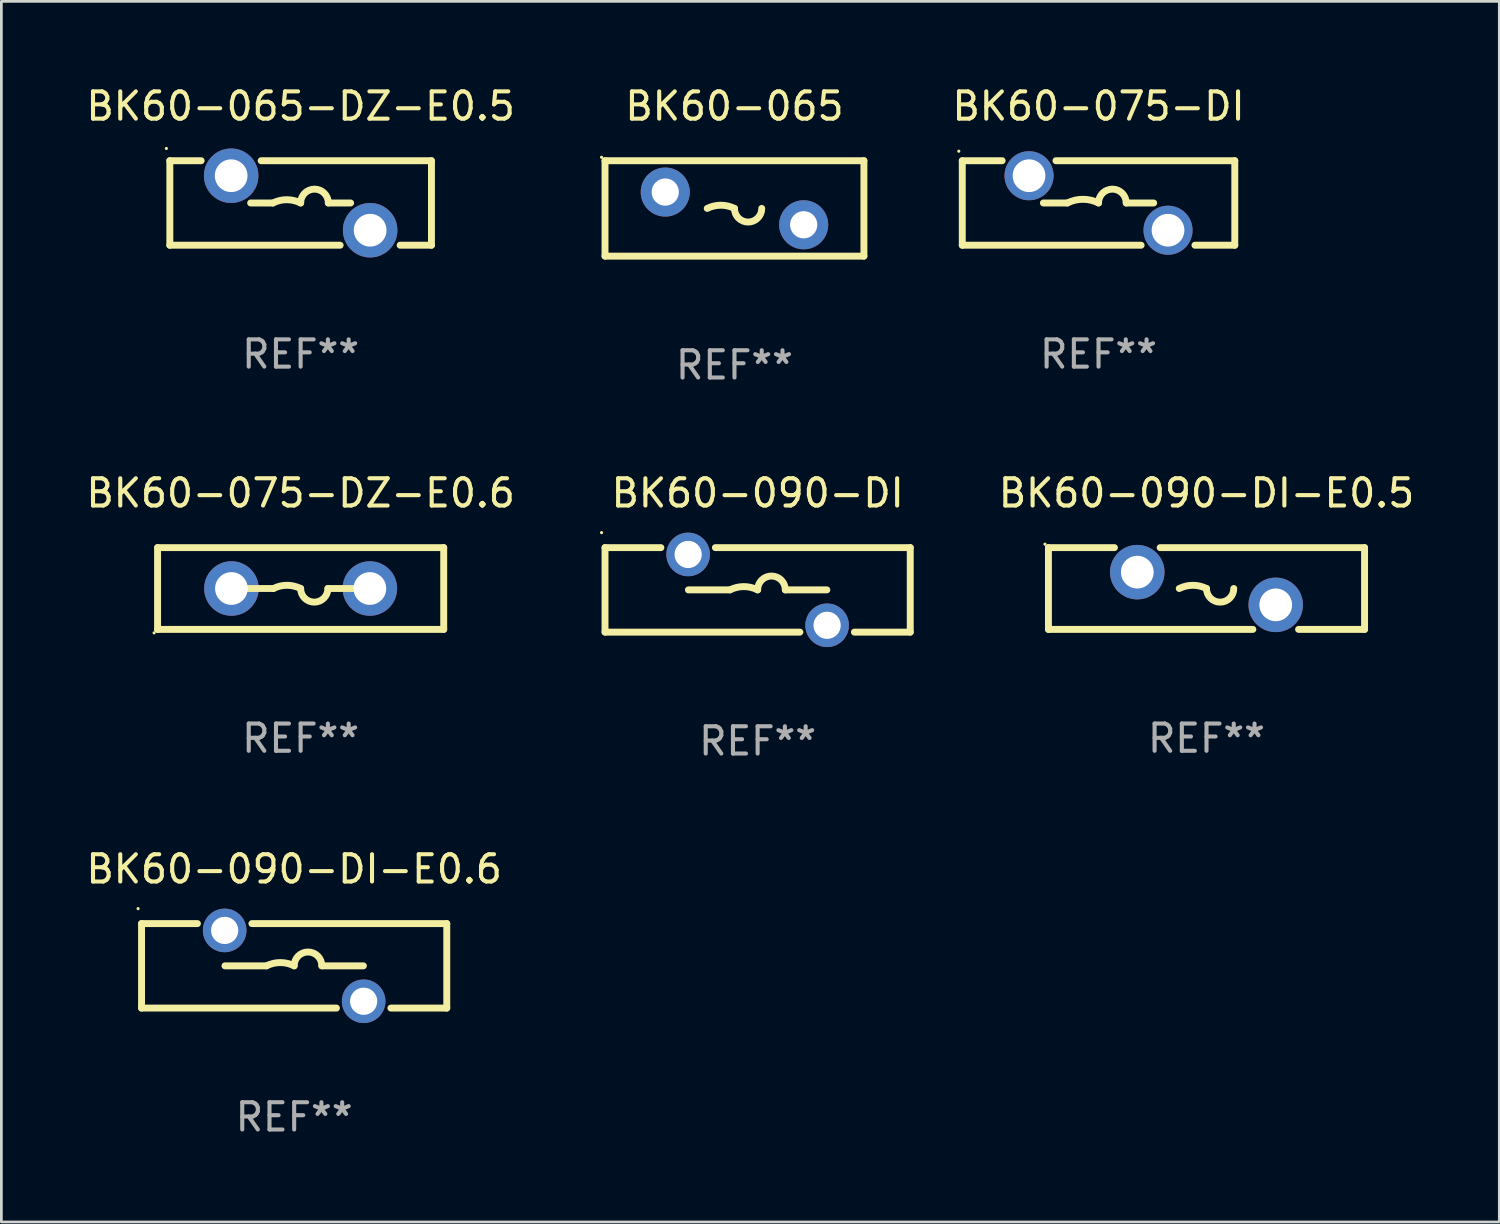
<source format=kicad_pcb>
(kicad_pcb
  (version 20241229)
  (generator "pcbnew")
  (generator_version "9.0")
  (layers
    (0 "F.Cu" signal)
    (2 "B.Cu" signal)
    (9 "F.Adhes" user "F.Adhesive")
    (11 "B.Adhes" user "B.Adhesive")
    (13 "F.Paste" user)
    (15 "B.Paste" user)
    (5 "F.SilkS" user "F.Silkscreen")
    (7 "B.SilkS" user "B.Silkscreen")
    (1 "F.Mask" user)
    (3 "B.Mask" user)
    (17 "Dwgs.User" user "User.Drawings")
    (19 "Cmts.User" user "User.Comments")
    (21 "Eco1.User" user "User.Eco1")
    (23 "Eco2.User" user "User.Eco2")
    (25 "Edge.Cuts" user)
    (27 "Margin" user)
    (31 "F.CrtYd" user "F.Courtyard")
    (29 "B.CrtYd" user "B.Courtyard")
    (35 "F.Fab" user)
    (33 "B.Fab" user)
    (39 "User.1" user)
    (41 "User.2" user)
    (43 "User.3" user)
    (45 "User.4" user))
  (footprint "BK60-090-DI-E0.6"
    (layer "F.Cu")
    (at 7.744 32.391)
    (property "Reference" "BK60-090-DI-E0.6" (at 0 -3.55 0) (layer "F.SilkS") (effects (font (size 1 1) (thickness 0.15))))
    (attr through_hole)
    (fp_line (start -5.6 -1.55) (end -3.55 -1.55) (stroke (width 0.254) (type solid)) (layer "F.SilkS"))
    (fp_line (start -5.6 1.55) (end -5.6 -1.55) (stroke (width 0.254) (type solid)) (layer "F.SilkS"))
    (fp_line (start -5.6 1.55) (end 1.55 1.55) (stroke (width 0.254) (type solid)) (layer "F.SilkS"))
    (fp_line (start -2.54 0) (end -1.016 0) (stroke (width 0.254) (type solid)) (layer "F.SilkS"))
    (fp_line (start -1.55 -1.55) (end 5.6 -1.55) (stroke (width 0.254) (type solid)) (layer "F.SilkS"))
    (fp_line (start 2.54 0) (end 1.016 0) (stroke (width 0.254) (type solid)) (layer "F.SilkS"))
    (fp_line (start 3.55 1.55) (end 5.6 1.55) (stroke (width 0.254) (type solid)) (layer "F.SilkS"))
    (fp_line (start 5.6 -1.55) (end 5.6 1.55) (stroke (width 0.254) (type solid)) (layer "F.SilkS"))
    (fp_arc (start -1.016002 0) (mid -0.508001 -0.119923) (end 0 0) (stroke (width 0.254001) (type solid)) (layer "F.SilkS"))
    (fp_arc (start 0 0) (mid 0.508001 -0.508001) (end 1.016002 0) (stroke (width 0.254001) (type solid)) (layer "F.SilkS"))
    (fp_circle (center -5.727 -2.1) (end -5.697 -2.1) (stroke (width 0.06) (type solid)) (fill no) (layer "F.SilkS"))
    (fp_text user "REF**" (at 0 5.55 0) (layer "F.Fab") (effects (font (size 1 1) (thickness 0.15))))
    (pad "1" thru_hole circle (at -2.55 -1.3) (size 1.6 1.6) (drill 1) (layers "*.Cu" "*.Mask"))
    (pad "2" thru_hole circle (at 2.55 1.3) (size 1.6 1.6) (drill 1) (layers "*.Cu" "*.Mask")))
  (footprint "BK60-090-DI-E0.5"
    (layer "F.Cu")
    (at 41.222 18.545)
    (property "Reference" "BK60-090-DI-E0.5" (at 0 -3.5 0) (layer "F.SilkS") (effects (font (size 1 1) (thickness 0.15))))
    (attr through_hole)
    (fp_line (start -5.8 -1.5) (end -5.8 1.5) (stroke (width 0.254) (type solid)) (layer "F.SilkS"))
    (fp_line (start -5.8 -1.5) (end -3.379 -1.5) (stroke (width 0.254) (type solid)) (layer "F.SilkS"))
    (fp_line (start -1.701 -1.5) (end 5.8 -1.5) (stroke (width 0.254) (type solid)) (layer "F.SilkS"))
    (fp_line (start 1.701 1.5) (end -5.8 1.5) (stroke (width 0.254) (type solid)) (layer "F.SilkS"))
    (fp_line (start 5.8 -1.5) (end 5.8 1.5) (stroke (width 0.254) (type solid)) (layer "F.SilkS"))
    (fp_line (start 5.8 1.5) (end 3.379 1.5) (stroke (width 0.254) (type solid)) (layer "F.SilkS"))
    (fp_arc (start -1 0) (mid -0.5 -0.118021) (end 0 0) (stroke (width 0.254001) (type solid)) (layer "F.SilkS"))
    (fp_arc (start 1.000762 0) (mid 0.500381 0.500127) (end 0 0) (stroke (width 0.254001) (type solid)) (layer "F.SilkS"))
    (fp_circle (center -5.927 -1.627) (end -5.897 -1.627) (stroke (width 0.06) (type solid)) (fill no) (layer "F.SilkS"))
    (fp_text user "REF**" (at 0 5.5 0) (layer "F.Fab") (effects (font (size 1 1) (thickness 0.15))))
    (pad "1" thru_hole circle (at -2.54 -0.6) (size 2 2) (drill 1.2) (layers "*.Cu" "*.Mask"))
    (pad "2" thru_hole circle (at 2.54 0.6) (size 2 2) (drill 1.2) (layers "*.Cu" "*.Mask")))
  (footprint "BK60-075-DZ-E0.6"
    (layer "F.Cu")
    (at 7.982 18.545)
    (property "Reference" "BK60-075-DZ-E0.6" (at 0 -3.5 0) (layer "F.SilkS") (effects (font (size 1 1) (thickness 0.15))))
    (attr through_hole)
    (fp_line (start -5.25 -1.5) (end 5.25 -1.5) (stroke (width 0.254) (type solid)) (layer "F.SilkS"))
    (fp_line (start -5.25 1.5) (end -5.25 -1.5) (stroke (width 0.254) (type solid)) (layer "F.SilkS"))
    (fp_line (start -1 -0.000127) (end -2 -0.000127) (stroke (width 0.254) (type solid)) (layer "F.SilkS"))
    (fp_line (start 1 -0.000127) (end 2 -0.000127) (stroke (width 0.254) (type solid)) (layer "F.SilkS"))
    (fp_line (start 5.25 -1.5) (end 5.25 1.5) (stroke (width 0.254) (type solid)) (layer "F.SilkS"))
    (fp_line (start 5.25 1.5) (end -5.25 1.5) (stroke (width 0.254) (type solid)) (layer "F.SilkS"))
    (fp_arc (start -1 -0.000127) (mid -0.5 -0.118148) (end 0 -0.000127) (stroke (width 0.254001) (type solid)) (layer "F.SilkS"))
    (fp_arc (start 1.000762 -0.000127) (mid 0.500381 0.5) (end 0 -0.000127) (stroke (width 0.254001) (type solid)) (layer "F.SilkS"))
    (fp_circle (center -5.377 1.627) (end -5.347 1.627) (stroke (width 0.06) (type solid)) (fill no) (layer "F.SilkS"))
    (fp_text user "REF**" (at 0 5.5 0) (layer "F.Fab") (effects (font (size 1 1) (thickness 0.15))))
    (pad "1" thru_hole circle (at -2.54 -0.000127) (size 2 2) (drill 1.2) (layers "*.Cu" "*.Mask"))
    (pad "2" thru_hole circle (at 2.54 -0.000127) (size 2 2) (drill 1.2) (layers "*.Cu" "*.Mask")))
  (footprint "BK60-065"
    (layer "F.Cu")
    (at 23.901 4.598)
    (property "Reference" "BK60-065" (at 0 -3.75 0) (layer "F.SilkS") (effects (font (size 1 1) (thickness 0.15))))
    (attr through_hole)
    (fp_line (start -4.75 -1.75) (end -4.75 1.75) (stroke (width 0.254) (type solid)) (layer "F.SilkS"))
    (fp_line (start -4.75 -1.75) (end 4.75 -1.75) (stroke (width 0.254) (type solid)) (layer "F.SilkS"))
    (fp_line (start 4.75 -1.75) (end 4.75 1.75) (stroke (width 0.254) (type solid)) (layer "F.SilkS"))
    (fp_line (start 4.75 1.75) (end -4.75 1.75) (stroke (width 0.254) (type solid)) (layer "F.SilkS"))
    (fp_arc (start -1 -0.000013) (mid -0.5 -0.118034) (end 0 -0.000013) (stroke (width 0.254001) (type solid)) (layer "F.SilkS"))
    (fp_arc (start 1.000762 -0.000013) (mid 0.500381 0.500114) (end 0 -0.000013) (stroke (width 0.254001) (type solid)) (layer "F.SilkS"))
    (fp_circle (center -4.877 -1.877) (end -4.847 -1.877) (stroke (width 0.06) (type solid)) (fill no) (layer "F.SilkS"))
    (fp_text user "REF**" (at 0 5.75 0) (layer "F.Fab") (effects (font (size 1 1) (thickness 0.15))))
    (pad "1" thru_hole circle (at -2.54 -0.6) (size 1.8 1.8) (drill 1) (layers "*.Cu" "*.Mask"))
    (pad "2" thru_hole circle (at 2.54 0.6) (size 1.8 1.8) (drill 1) (layers "*.Cu" "*.Mask")))
  (footprint "BK60-075-DI"
    (layer "F.Cu")
    (at 37.26 4.398)
    (property "Reference" "BK60-075-DI" (at 0 -3.55 0) (layer "F.SilkS") (effects (font (size 1 1) (thickness 0.15))))
    (attr through_hole)
    (fp_line (start -5 1.55) (end -5 -1.55) (stroke (width 0.254) (type solid)) (layer "F.SilkS"))
    (fp_line (start -5 1.55) (end 1.562 1.55) (stroke (width 0.254) (type solid)) (layer "F.SilkS"))
    (fp_line (start -5 -1.55) (end -3.538 -1.55) (stroke (width 0.254) (type solid)) (layer "F.SilkS"))
    (fp_line (start -2.024 0) (end -1.143 0) (stroke (width 0.254) (type solid)) (layer "F.SilkS"))
    (fp_line (start -1.562 -1.55) (end 5 -1.55) (stroke (width 0.254) (type solid)) (layer "F.SilkS"))
    (fp_line (start 2.024 0) (end 1.016 0) (stroke (width 0.254) (type solid)) (layer "F.SilkS"))
    (fp_line (start 3.538 1.55) (end 5 1.55) (stroke (width 0.254) (type solid)) (layer "F.SilkS"))
    (fp_line (start 5 -1.55) (end 5 1.55) (stroke (width 0.254) (type solid)) (layer "F.SilkS"))
    (fp_arc (start -1.143002 0) (mid -0.571501 -0.134913) (end 0 0) (stroke (width 0.254001) (type solid)) (layer "F.SilkS"))
    (fp_arc (start 0 0) (mid 0.508001 -0.508001) (end 1.016002 0) (stroke (width 0.254001) (type solid)) (layer "F.SilkS"))
    (fp_circle (center -5.127 -1.9) (end -5.097 -1.9) (stroke (width 0.06) (type solid)) (fill no) (layer "F.SilkS"))
    (fp_text user "REF**" (at 0 5.55 0) (layer "F.Fab") (effects (font (size 1 1) (thickness 0.15))))
    (pad "1" thru_hole circle (at -2.55 -1) (size 1.8 1.8) (drill 1.2) (layers "*.Cu" "*.Mask"))
    (pad "2" thru_hole circle (at 2.55 1) (size 1.8 1.8) (drill 1.2) (layers "*.Cu" "*.Mask")))
  (footprint "BK60-065-DZ-E0.5"
    (layer "F.Cu")
    (at 7.982 4.398)
    (property "Reference" "BK60-065-DZ-E0.5" (at 0 -3.55 0) (layer "F.SilkS") (effects (font (size 1 1) (thickness 0.15))))
    (attr through_hole)
    (fp_line (start -4.8 -1.55) (end -3.651 -1.55) (stroke (width 0.254) (type solid)) (layer "F.SilkS"))
    (fp_line (start -4.8 1.55) (end -4.8 -1.55) (stroke (width 0.254) (type solid)) (layer "F.SilkS"))
    (fp_line (start -4.8 1.55) (end 1.449 1.55) (stroke (width 0.254) (type solid)) (layer "F.SilkS"))
    (fp_line (start -1.834 0) (end -1.016 0) (stroke (width 0.254) (type solid)) (layer "F.SilkS"))
    (fp_line (start -1.449 -1.55) (end 4.8 -1.55) (stroke (width 0.254) (type solid)) (layer "F.SilkS"))
    (fp_line (start 1.834 0) (end 1.016 0) (stroke (width 0.254) (type solid)) (layer "F.SilkS"))
    (fp_line (start 3.651 1.55) (end 4.8 1.55) (stroke (width 0.254) (type solid)) (layer "F.SilkS"))
    (fp_line (start 4.8 -1.55) (end 4.8 1.55) (stroke (width 0.254) (type solid)) (layer "F.SilkS"))
    (fp_arc (start -1.016002 0) (mid -0.508001 -0.119923) (end 0 0) (stroke (width 0.254001) (type solid)) (layer "F.SilkS"))
    (fp_arc (start 0 0) (mid 0.508001 -0.508001) (end 1.016002 0) (stroke (width 0.254001) (type solid)) (layer "F.SilkS"))
    (fp_circle (center -4.927 -2) (end -4.897 -2) (stroke (width 0.06) (type solid)) (fill no) (layer "F.SilkS"))
    (fp_text user "REF**" (at 0 5.55 0) (layer "F.Fab") (effects (font (size 1 1) (thickness 0.15))))
    (pad "1" thru_hole circle (at -2.55 -1) (size 2 2) (drill 1.2) (layers "*.Cu" "*.Mask"))
    (pad "2" thru_hole circle (at 2.55 1) (size 2 2) (drill 1.2) (layers "*.Cu" "*.Mask")))
  (footprint "BK60-090-DI"
    (layer "F.Cu")
    (at 24.751 18.595)
    (property "Reference" "BK60-090-DI" (at 0 -3.55 0) (layer "F.SilkS") (effects (font (size 1 1) (thickness 0.15))))
    (attr through_hole)
    (fp_line (start -5.6 -1.55) (end -3.55 -1.55) (stroke (width 0.254) (type solid)) (layer "F.SilkS"))
    (fp_line (start -5.6 1.55) (end -5.6 -1.55) (stroke (width 0.254) (type solid)) (layer "F.SilkS"))
    (fp_line (start -5.6 1.55) (end 1.55 1.55) (stroke (width 0.254) (type solid)) (layer "F.SilkS"))
    (fp_line (start -2.54 0) (end -1.016 0) (stroke (width 0.254) (type solid)) (layer "F.SilkS"))
    (fp_line (start -1.55 -1.55) (end 5.6 -1.55) (stroke (width 0.254) (type solid)) (layer "F.SilkS"))
    (fp_line (start 2.54 0) (end 1.016 0) (stroke (width 0.254) (type solid)) (layer "F.SilkS"))
    (fp_line (start 3.55 1.55) (end 5.6 1.55) (stroke (width 0.254) (type solid)) (layer "F.SilkS"))
    (fp_line (start 5.6 -1.55) (end 5.6 1.55) (stroke (width 0.254) (type solid)) (layer "F.SilkS"))
    (fp_arc (start -1.016002 0) (mid -0.508001 -0.119923) (end 0 0) (stroke (width 0.254001) (type solid)) (layer "F.SilkS"))
    (fp_arc (start 0 0) (mid 0.508001 -0.508001) (end 1.016002 0) (stroke (width 0.254001) (type solid)) (layer "F.SilkS"))
    (fp_circle (center -5.727 -2.1) (end -5.697 -2.1) (stroke (width 0.06) (type solid)) (fill no) (layer "F.SilkS"))
    (fp_text user "REF**" (at 0 5.55 0) (layer "F.Fab") (effects (font (size 1 1) (thickness 0.15))))
    (pad "1" thru_hole circle (at -2.55 -1.3) (size 1.6 1.6) (drill 1) (layers "*.Cu" "*.Mask"))
    (pad "2" thru_hole circle (at 2.55 1.3) (size 1.6 1.6) (drill 1) (layers "*.Cu" "*.Mask")))
  (gr_rect
    (start -3 -3)
    (end 51.966 41.789)
    (stroke (width 0.1) (type default))
    (fill no)
    (layer "Edge.Cuts")))
</source>
